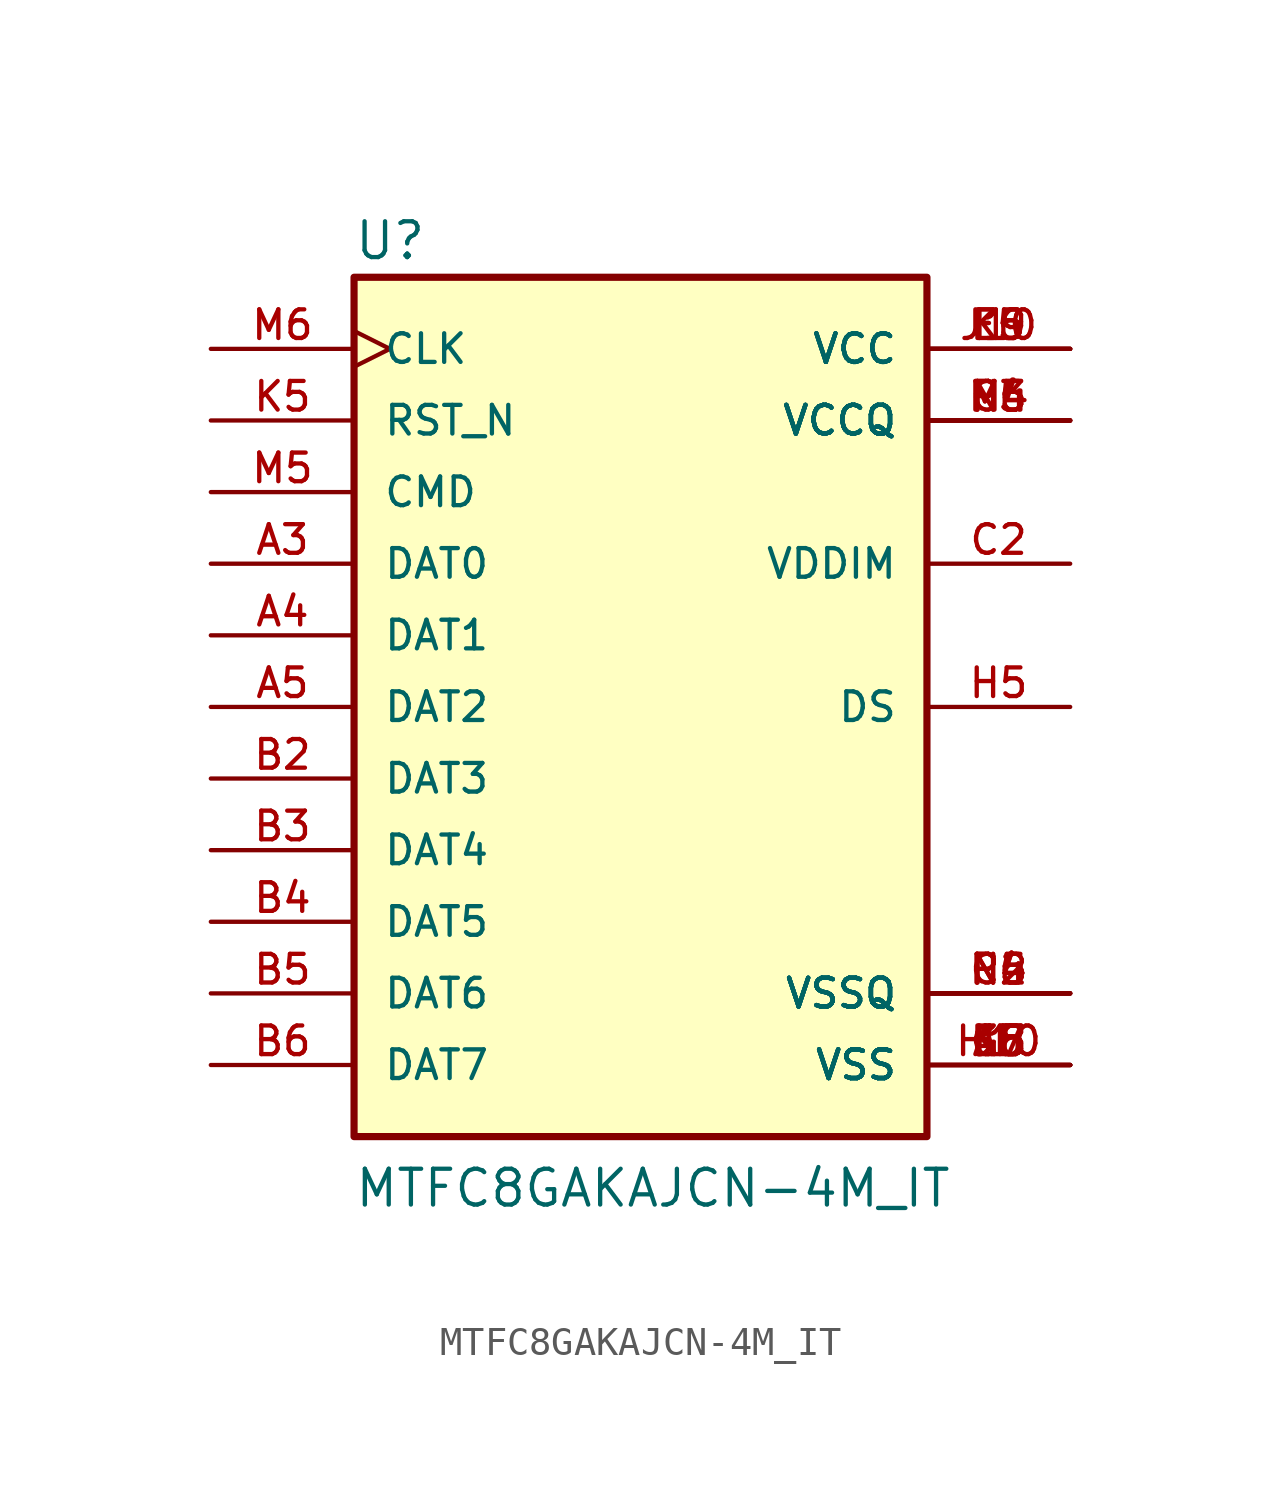
<source format=kicad_sym>
(kicad_symbol_lib
  (version 20211014)
  (generator kicad_symbol_editor)
  (symbol "MTFC8GAKAJCN-4M_IT"
    (pin_names
      (offset 1.016))
    (property "Reference" "U"
      (at -10.189 15.793 0)
      (effects (font (size 1.27 1.27)) (justify bottom left)))
    (property "Value" "MTFC8GAKAJCN-4M_IT"
      (at -10.179 -17.813 0)
      (effects (font (size 1.27 1.27)) (justify bottom left)))
    (symbol "MTFC8GAKAJCN-4M_IT_0_0"
      (rectangle (start -10.16 -15.24) (end 10.16 15.24) (stroke (width 0.254)) (fill (type background)))
      (pin input clock (at -15.24 12.7 0) (length 5.08) (name "CLK" (effects (font (size 1.016 1.016)))) (number "M6" (effects (font (size 1.016 1.016)))))
      (pin input line (at -15.24 10.16 0) (length 5.08) (name "RST_N" (effects (font (size 1.016 1.016)))) (number "K5" (effects (font (size 1.016 1.016)))))
      (pin bidirectional line (at -15.24 7.62 0) (length 5.08) (name "CMD" (effects (font (size 1.016 1.016)))) (number "M5" (effects (font (size 1.016 1.016)))))
      (pin bidirectional line (at -15.24 5.08 0) (length 5.08) (name "DAT0" (effects (font (size 1.016 1.016)))) (number "A3" (effects (font (size 1.016 1.016)))))
      (pin bidirectional line (at -15.24 2.54 0) (length 5.08) (name "DAT1" (effects (font (size 1.016 1.016)))) (number "A4" (effects (font (size 1.016 1.016)))))
      (pin bidirectional line (at -15.24 0.0 0) (length 5.08) (name "DAT2" (effects (font (size 1.016 1.016)))) (number "A5" (effects (font (size 1.016 1.016)))))
      (pin bidirectional line (at -15.24 -2.54 0) (length 5.08) (name "DAT3" (effects (font (size 1.016 1.016)))) (number "B2" (effects (font (size 1.016 1.016)))))
      (pin bidirectional line (at -15.24 -5.08 0) (length 5.08) (name "DAT4" (effects (font (size 1.016 1.016)))) (number "B3" (effects (font (size 1.016 1.016)))))
      (pin bidirectional line (at -15.24 -7.62 0) (length 5.08) (name "DAT5" (effects (font (size 1.016 1.016)))) (number "B4" (effects (font (size 1.016 1.016)))))
      (pin bidirectional line (at -15.24 -10.16 0) (length 5.08) (name "DAT6" (effects (font (size 1.016 1.016)))) (number "B5" (effects (font (size 1.016 1.016)))))
      (pin bidirectional line (at -15.24 -12.7 0) (length 5.08) (name "DAT7" (effects (font (size 1.016 1.016)))) (number "B6" (effects (font (size 1.016 1.016)))))
      (pin power_in line (at 15.24 12.7 180.0) (length 5.08) (name "VCC" (effects (font (size 1.016 1.016)))) (number "E6" (effects (font (size 1.016 1.016)))))
      (pin power_in line (at 15.24 12.7 180.0) (length 5.08) (name "VCC" (effects (font (size 1.016 1.016)))) (number "F5" (effects (font (size 1.016 1.016)))))
      (pin power_in line (at 15.24 12.7 180.0) (length 5.08) (name "VCC" (effects (font (size 1.016 1.016)))) (number "J10" (effects (font (size 1.016 1.016)))))
      (pin power_in line (at 15.24 12.7 180.0) (length 5.08) (name "VCC" (effects (font (size 1.016 1.016)))) (number "K9" (effects (font (size 1.016 1.016)))))
      (pin power_in line (at 15.24 10.16 180.0) (length 5.08) (name "VCCQ" (effects (font (size 1.016 1.016)))) (number "C6" (effects (font (size 1.016 1.016)))))
      (pin power_in line (at 15.24 10.16 180.0) (length 5.08) (name "VCCQ" (effects (font (size 1.016 1.016)))) (number "M4" (effects (font (size 1.016 1.016)))))
      (pin power_in line (at 15.24 10.16 180.0) (length 5.08) (name "VCCQ" (effects (font (size 1.016 1.016)))) (number "N4" (effects (font (size 1.016 1.016)))))
      (pin power_in line (at 15.24 10.16 180.0) (length 5.08) (name "VCCQ" (effects (font (size 1.016 1.016)))) (number "P3" (effects (font (size 1.016 1.016)))))
      (pin power_in line (at 15.24 10.16 180.0) (length 5.08) (name "VCCQ" (effects (font (size 1.016 1.016)))) (number "P5" (effects (font (size 1.016 1.016)))))
      (pin passive line (at 15.24 5.08 180.0) (length 5.08) (name "VDDIM" (effects (font (size 1.016 1.016)))) (number "C2" (effects (font (size 1.016 1.016)))))
      (pin output line (at 15.24 0.0 180.0) (length 5.08) (name "DS" (effects (font (size 1.016 1.016)))) (number "H5" (effects (font (size 1.016 1.016)))))
      (pin power_in line (at 15.24 -10.16 180.0) (length 5.08) (name "VSSQ" (effects (font (size 1.016 1.016)))) (number "C4" (effects (font (size 1.016 1.016)))))
      (pin power_in line (at 15.24 -10.16 180.0) (length 5.08) (name "VSSQ" (effects (font (size 1.016 1.016)))) (number "N2" (effects (font (size 1.016 1.016)))))
      (pin power_in line (at 15.24 -10.16 180.0) (length 5.08) (name "VSSQ" (effects (font (size 1.016 1.016)))) (number "N5" (effects (font (size 1.016 1.016)))))
      (pin power_in line (at 15.24 -10.16 180.0) (length 5.08) (name "VSSQ" (effects (font (size 1.016 1.016)))) (number "P4" (effects (font (size 1.016 1.016)))))
      (pin power_in line (at 15.24 -10.16 180.0) (length 5.08) (name "VSSQ" (effects (font (size 1.016 1.016)))) (number "P6" (effects (font (size 1.016 1.016)))))
      (pin power_in line (at 15.24 -12.7 180.0) (length 5.08) (name "VSS" (effects (font (size 1.016 1.016)))) (number "A6" (effects (font (size 1.016 1.016)))))
      (pin power_in line (at 15.24 -12.7 180.0) (length 5.08) (name "VSS" (effects (font (size 1.016 1.016)))) (number "E7" (effects (font (size 1.016 1.016)))))
      (pin power_in line (at 15.24 -12.7 180.0) (length 5.08) (name "VSS" (effects (font (size 1.016 1.016)))) (number "G5" (effects (font (size 1.016 1.016)))))
      (pin power_in line (at 15.24 -12.7 180.0) (length 5.08) (name "VSS" (effects (font (size 1.016 1.016)))) (number "H10" (effects (font (size 1.016 1.016)))))
      (pin power_in line (at 15.24 -12.7 180.0) (length 5.08) (name "VSS" (effects (font (size 1.016 1.016)))) (number "J5" (effects (font (size 1.016 1.016)))))
      (pin power_in line (at 15.24 -12.7 180.0) (length 5.08) (name "VSS" (effects (font (size 1.016 1.016)))) (number "K8" (effects (font (size 1.016 1.016))))))))
</source>
